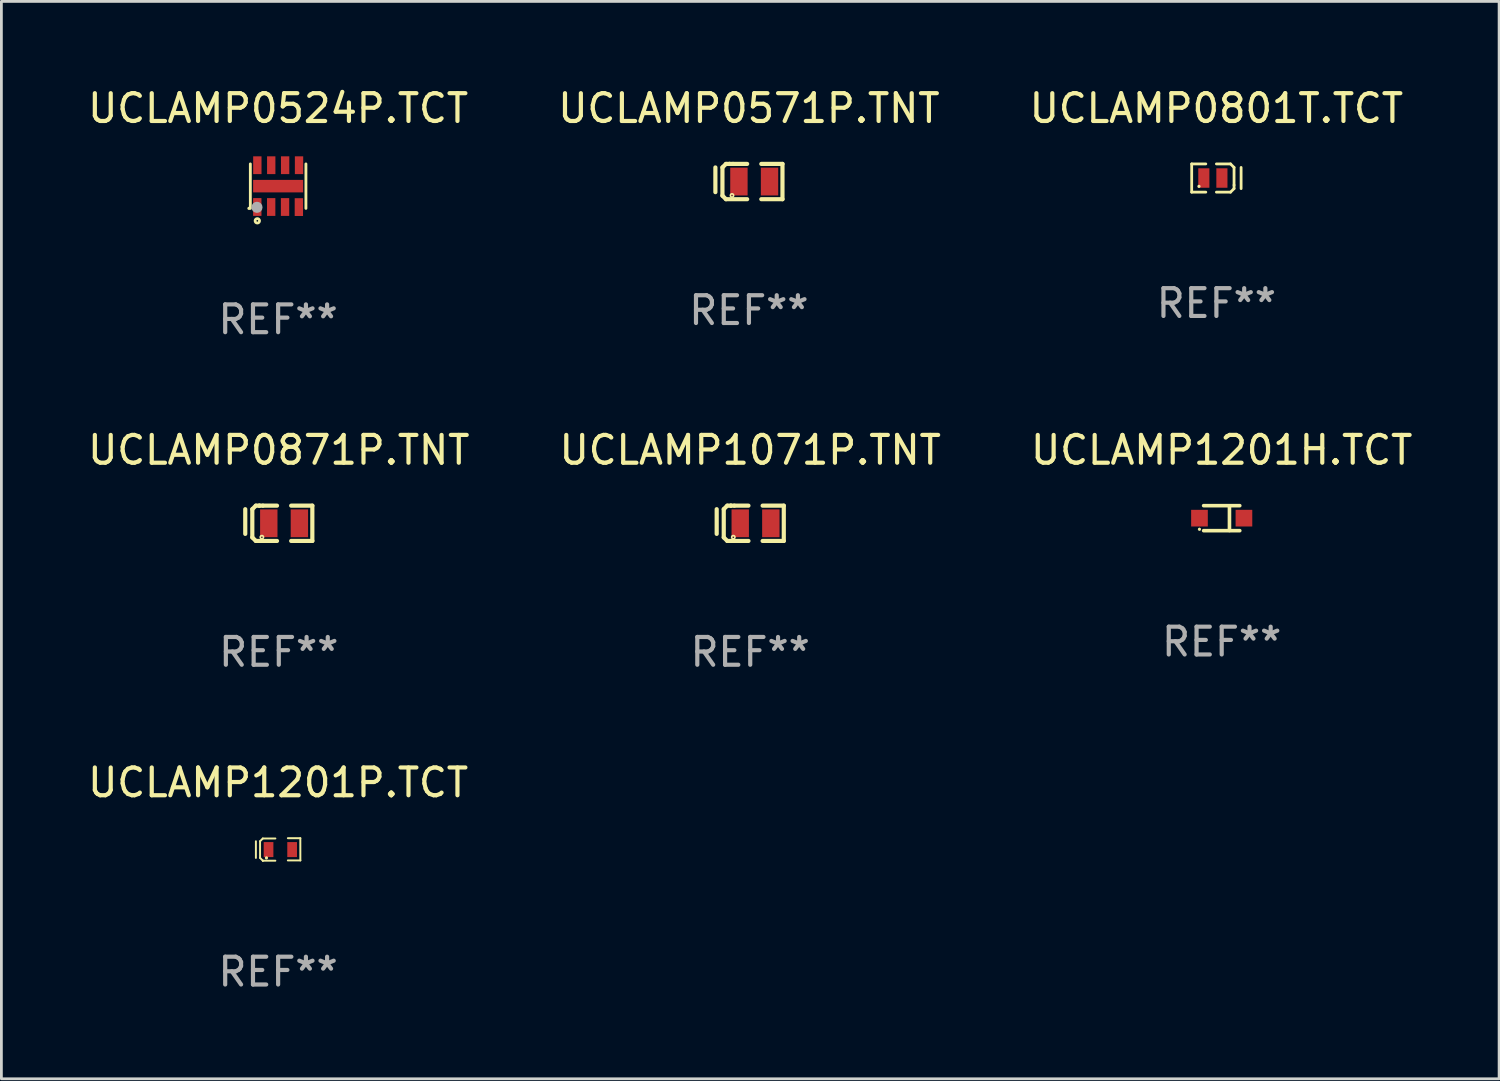
<source format=kicad_pcb>
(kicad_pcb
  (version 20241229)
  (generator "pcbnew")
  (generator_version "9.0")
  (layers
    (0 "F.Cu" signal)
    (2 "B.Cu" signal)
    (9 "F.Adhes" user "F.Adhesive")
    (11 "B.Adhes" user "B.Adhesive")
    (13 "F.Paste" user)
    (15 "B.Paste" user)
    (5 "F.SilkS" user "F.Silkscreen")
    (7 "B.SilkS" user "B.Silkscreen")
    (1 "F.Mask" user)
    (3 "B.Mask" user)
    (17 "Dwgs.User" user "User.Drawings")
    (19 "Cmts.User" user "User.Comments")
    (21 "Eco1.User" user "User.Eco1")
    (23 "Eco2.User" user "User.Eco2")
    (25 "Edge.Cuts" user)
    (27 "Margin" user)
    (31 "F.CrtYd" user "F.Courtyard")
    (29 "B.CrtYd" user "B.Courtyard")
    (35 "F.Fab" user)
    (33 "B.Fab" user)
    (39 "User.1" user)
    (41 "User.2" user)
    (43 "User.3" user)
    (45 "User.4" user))
  (footprint "UCLAMP0801T.TCT"
    (layer "F.Cu")
    (at 40.72 3.356)
    (property "Reference" "UCLAMP0801T.TCT" (at 0 -2.508 0) (layer "F.SilkS") (effects (font (size 1 1) (thickness 0.15))))
    (attr through_hole)
    (fp_line (start -0.889 -0.508) (end -0.889 0.508) (stroke (width 0.1) (type solid)) (layer "F.SilkS"))
    (fp_line (start -0.889 0.508) (end -0.381 0.508) (stroke (width 0.1) (type solid)) (layer "F.SilkS"))
    (fp_line (start -0.381 -0.508) (end -0.889 -0.508) (stroke (width 0.1) (type solid)) (layer "F.SilkS"))
    (fp_line (start 0 -0.508) (end 0.508 -0.508) (stroke (width 0.1) (type solid)) (layer "F.SilkS"))
    (fp_line (start 0.508 -0.508) (end 0.635 -0.381) (stroke (width 0.1) (type solid)) (layer "F.SilkS"))
    (fp_line (start 0.508 0.508) (end 0 0.508) (stroke (width 0.1) (type solid)) (layer "F.SilkS"))
    (fp_line (start 0.635 -0.381) (end 0.635 0.254) (stroke (width 0.1) (type solid)) (layer "F.SilkS"))
    (fp_line (start 0.635 0.254) (end 0.635 0.381) (stroke (width 0.1) (type solid)) (layer "F.SilkS"))
    (fp_line (start 0.635 0.381) (end 0.508 0.508) (stroke (width 0.1) (type solid)) (layer "F.SilkS"))
    (fp_line (start 0.889 -0.381) (end 0.889 0.381) (stroke (width 0.1) (type solid)) (layer "F.SilkS"))
    (fp_circle (center -0.627 0.3) (end -0.597 0.3) (stroke (width 0.06) (type solid)) (fill no) (layer "F.SilkS"))
    (fp_text user "REF**" (at 0 4.508 0) (layer "F.Fab") (effects (font (size 1 1) (thickness 0.15))))
    (pad "1" smd rect (at -0.452 0) (size 0.4 0.7) (layers "F.Cu" "F.Mask" "F.Paste"))
    (pad "2" smd rect (at 0.198 0) (size 0.4 0.7) (layers "F.Cu" "F.Mask" "F.Paste")))
  (footprint "UCLAMP1201H.TCT"
    (layer "F.Cu")
    (at 40.911 15.595)
    (property "Reference" "UCLAMP1201H.TCT" (at 0 -2.45 0) (layer "F.SilkS") (effects (font (size 1 1) (thickness 0.15))))
    (attr through_hole)
    (fp_line (start -0.65 -0.45) (end 0.65 -0.45) (stroke (width 0.13) (type solid)) (layer "F.SilkS"))
    (fp_line (start -0.65 0.45) (end 0.65 0.45) (stroke (width 0.13) (type solid)) (layer "F.SilkS"))
    (fp_line (start 0.279 -0.406) (end 0.279 0.444) (stroke (width 0.13) (type solid)) (layer "F.SilkS"))
    (fp_circle (center -0.8 0.4) (end -0.77 0.4) (stroke (width 0.06) (type solid)) (fill no) (layer "F.SilkS"))
    (fp_text user "REF**" (at 0 4.45 0) (layer "F.Fab") (effects (font (size 1 1) (thickness 0.15))))
    (pad "1" smd rect (at -0.8 0) (size 0.6 0.6) (layers "F.Cu" "F.Mask" "F.Paste"))
    (pad "2" smd rect (at 0.8 0 180) (size 0.6 0.6) (layers "F.Cu" "F.Mask" "F.Paste")))
  (footprint "UCLAMP1071P.TNT"
    (layer "F.Cu")
    (at 23.946 15.78)
    (property "Reference" "UCLAMP1071P.TNT" (at 0 -2.635 0) (layer "F.SilkS") (effects (font (size 1 1) (thickness 0.15))))
    (attr through_hole)
    (fp_line (start -1.207 -0.508) (end -1.207 0.381) (stroke (width 0.15) (type solid)) (layer "F.SilkS"))
    (fp_line (start -0.953 -0.508) (end -0.953 0.508) (stroke (width 0.15) (type solid)) (layer "F.SilkS"))
    (fp_line (start -0.953 0.508) (end -0.826 0.635) (stroke (width 0.15) (type solid)) (layer "F.SilkS"))
    (fp_line (start -0.826 -0.635) (end -0.953 -0.508) (stroke (width 0.15) (type solid)) (layer "F.SilkS"))
    (fp_line (start -0.826 0.635) (end -0.064 0.635) (stroke (width 0.15) (type solid)) (layer "F.SilkS"))
    (fp_line (start -0.699 -0.635) (end -0.826 -0.635) (stroke (width 0.15) (type solid)) (layer "F.SilkS"))
    (fp_line (start -0.699 -0.635) (end -0.699 -0.635) (stroke (width 0.15) (type solid)) (layer "F.SilkS"))
    (fp_line (start -0.572 -0.635) (end -0.699 -0.635) (stroke (width 0.15) (type solid)) (layer "F.SilkS"))
    (fp_line (start -0.064 -0.635) (end -0.572 -0.635) (stroke (width 0.15) (type solid)) (layer "F.SilkS"))
    (fp_line (start 0.445 -0.635) (end 1.207 -0.635) (stroke (width 0.15) (type solid)) (layer "F.SilkS"))
    (fp_line (start 1.207 -0.635) (end 1.207 0.635) (stroke (width 0.15) (type solid)) (layer "F.SilkS"))
    (fp_line (start 1.207 0.635) (end 0.445 0.635) (stroke (width 0.15) (type solid)) (layer "F.SilkS"))
    (fp_circle (center -0.609 0.5) (end -0.58 0.5) (stroke (width 0.06) (type solid)) (fill no) (layer "F.SilkS"))
    (fp_text user "REF**" (at 0 4.635 0) (layer "F.Fab") (effects (font (size 1 1) (thickness 0.15))))
    (pad "1" smd rect (at -0.36 0) (size 0.625 1) (layers "F.Cu" "F.Mask" "F.Paste"))
    (pad "2" smd rect (at 0.741 0) (size 0.625 1) (layers "F.Cu" "F.Mask" "F.Paste")))
  (footprint "UCLAMP0524P.TCT"
    (layer "F.Cu")
    (at 6.958 3.648)
    (property "Reference" "UCLAMP0524P.TCT" (at 0 -2.8 0) (layer "F.SilkS") (effects (font (size 1 1) (thickness 0.15))))
    (attr through_hole)
    (fp_line (start -1 0.8) (end -1 -0.8) (stroke (width 0.102) (type solid)) (layer "F.SilkS"))
    (fp_line (start 1 0.8) (end 1 -0.8) (stroke (width 0.102) (type solid)) (layer "F.SilkS"))
    (fp_circle (center -1.049 0.8) (end -1.019 0.8) (stroke (width 0.06) (type solid)) (fill no) (layer "F.SilkS"))
    (fp_circle (center -0.749 1.248) (end -0.669 1.248) (stroke (width 0.1) (type solid)) (fill no) (layer "F.SilkS"))
    (fp_circle (center -0.761 0.762) (end -0.661 0.762) (stroke (width 0.2) (type solid)) (fill no) (layer "F.Fab"))
    (fp_text user "REF**" (at 0 4.8 0) (layer "F.Fab") (effects (font (size 1 1) (thickness 0.15))))
    (pad "1" smd rect (at -0.75 0.75 180) (size 0.3 0.64) (layers "F.Cu" "F.Mask" "F.Paste"))
    (pad "2" smd rect (at -0.25 0.751 180) (size 0.3 0.64) (layers "F.Cu" "F.Mask" "F.Paste"))
    (pad "3" smd rect (at 0.249 0.751 180) (size 0.3 0.64) (layers "F.Cu" "F.Mask" "F.Paste"))
    (pad "4" smd rect (at 0.746 0.754 180) (size 0.3 0.64) (layers "F.Cu" "F.Mask" "F.Paste"))
    (pad "5" smd rect (at 0.752 -0.753) (size 0.3 0.64) (layers "F.Cu" "F.Mask" "F.Paste"))
    (pad "6" smd rect (at 0.252 -0.753) (size 0.3 0.64) (layers "F.Cu" "F.Mask" "F.Paste"))
    (pad "7" smd rect (at -0.248 -0.753) (size 0.3 0.64) (layers "F.Cu" "F.Mask" "F.Paste"))
    (pad "8" smd rect (at -0.748 -0.753) (size 0.3 0.64) (layers "F.Cu" "F.Mask" "F.Paste"))
    (pad "9" smd rect (at 0 0 270) (size 0.45 1.8) (layers "F.Cu" "F.Mask" "F.Paste")))
  (footprint "UCLAMP0571P.TNT"
    (layer "F.Cu")
    (at 23.899 3.483)
    (property "Reference" "UCLAMP0571P.TNT" (at 0 -2.635 0) (layer "F.SilkS") (effects (font (size 1 1) (thickness 0.15))))
    (attr through_hole)
    (fp_line (start -1.207 -0.508) (end -1.207 0.381) (stroke (width 0.15) (type solid)) (layer "F.SilkS"))
    (fp_line (start -0.953 -0.508) (end -0.953 0.508) (stroke (width 0.15) (type solid)) (layer "F.SilkS"))
    (fp_line (start -0.953 0.508) (end -0.826 0.635) (stroke (width 0.15) (type solid)) (layer "F.SilkS"))
    (fp_line (start -0.826 -0.635) (end -0.953 -0.508) (stroke (width 0.15) (type solid)) (layer "F.SilkS"))
    (fp_line (start -0.826 0.635) (end -0.064 0.635) (stroke (width 0.15) (type solid)) (layer "F.SilkS"))
    (fp_line (start -0.699 -0.635) (end -0.826 -0.635) (stroke (width 0.15) (type solid)) (layer "F.SilkS"))
    (fp_line (start -0.699 -0.635) (end -0.699 -0.635) (stroke (width 0.15) (type solid)) (layer "F.SilkS"))
    (fp_line (start -0.572 -0.635) (end -0.699 -0.635) (stroke (width 0.15) (type solid)) (layer "F.SilkS"))
    (fp_line (start -0.064 -0.635) (end -0.572 -0.635) (stroke (width 0.15) (type solid)) (layer "F.SilkS"))
    (fp_line (start 0.445 -0.635) (end 1.207 -0.635) (stroke (width 0.15) (type solid)) (layer "F.SilkS"))
    (fp_line (start 1.207 -0.635) (end 1.207 0.635) (stroke (width 0.15) (type solid)) (layer "F.SilkS"))
    (fp_line (start 1.207 0.635) (end 0.445 0.635) (stroke (width 0.15) (type solid)) (layer "F.SilkS"))
    (fp_circle (center -0.609 0.5) (end -0.58 0.5) (stroke (width 0.06) (type solid)) (fill no) (layer "F.SilkS"))
    (fp_text user "REF**" (at 0 4.635 0) (layer "F.Fab") (effects (font (size 1 1) (thickness 0.15))))
    (pad "1" smd rect (at -0.36 0) (size 0.625 1) (layers "F.Cu" "F.Mask" "F.Paste"))
    (pad "2" smd rect (at 0.741 0) (size 0.625 1) (layers "F.Cu" "F.Mask" "F.Paste")))
  (footprint "UCLAMP1201P.TCT"
    (layer "F.Cu")
    (at 6.958 27.516)
    (property "Reference" "UCLAMP1201P.TCT" (at 0 -2.405 0) (layer "F.SilkS") (effects (font (size 1 1) (thickness 0.15))))
    (attr through_hole)
    (fp_line (start -0.8 -0.295) (end -0.8 0.305) (stroke (width 0.07) (type solid)) (layer "F.SilkS"))
    (fp_line (start -0.65 -0.296) (end -0.65 0.304) (stroke (width 0.07) (type solid)) (layer "F.SilkS"))
    (fp_line (start -0.551 -0.395) (end -0.65 -0.296) (stroke (width 0.07) (type solid)) (layer "F.SilkS"))
    (fp_line (start -0.55 0.404) (end -0.65 0.304) (stroke (width 0.07) (type solid)) (layer "F.SilkS"))
    (fp_line (start -0.55 0.405) (end -0.55 0.404) (stroke (width 0.07) (type solid)) (layer "F.SilkS"))
    (fp_line (start -0.1 0.405) (end -0.55 0.405) (stroke (width 0.07) (type solid)) (layer "F.SilkS"))
    (fp_line (start -0.099 -0.395) (end -0.551 -0.395) (stroke (width 0.07) (type solid)) (layer "F.SilkS"))
    (fp_line (start 0.799 -0.405) (end 0.35 -0.405) (stroke (width 0.07) (type solid)) (layer "F.SilkS"))
    (fp_line (start 0.8 0.395) (end 0.35 0.395) (stroke (width 0.07) (type solid)) (layer "F.SilkS"))
    (fp_line (start 0.8 0.395) (end 0.799 -0.405) (stroke (width 0.07) (type solid)) (layer "F.SilkS"))
    (fp_circle (center -0.42 0.305) (end -0.39 0.305) (stroke (width 0.06) (type solid)) (fill no) (layer "F.SilkS"))
    (fp_text user "REF**" (at 0 4.405 0) (layer "F.Fab") (effects (font (size 1 1) (thickness 0.15))))
    (pad "1" smd rect (at -0.345 0.005 180) (size 0.349 0.54) (layers "F.Cu" "F.Mask" "F.Paste"))
    (pad "2" smd rect (at 0.504 0.005 180) (size 0.349 0.54) (layers "F.Cu" "F.Mask" "F.Paste")))
  (footprint "UCLAMP0871P.TNT"
    (layer "F.Cu")
    (at 6.982 15.78)
    (property "Reference" "UCLAMP0871P.TNT" (at 0 -2.635 0) (layer "F.SilkS") (effects (font (size 1 1) (thickness 0.15))))
    (attr through_hole)
    (fp_line (start -1.207 -0.508) (end -1.207 0.381) (stroke (width 0.15) (type solid)) (layer "F.SilkS"))
    (fp_line (start -0.953 -0.508) (end -0.953 0.508) (stroke (width 0.15) (type solid)) (layer "F.SilkS"))
    (fp_line (start -0.953 0.508) (end -0.826 0.635) (stroke (width 0.15) (type solid)) (layer "F.SilkS"))
    (fp_line (start -0.826 -0.635) (end -0.953 -0.508) (stroke (width 0.15) (type solid)) (layer "F.SilkS"))
    (fp_line (start -0.826 0.635) (end -0.064 0.635) (stroke (width 0.15) (type solid)) (layer "F.SilkS"))
    (fp_line (start -0.699 -0.635) (end -0.826 -0.635) (stroke (width 0.15) (type solid)) (layer "F.SilkS"))
    (fp_line (start -0.699 -0.635) (end -0.699 -0.635) (stroke (width 0.15) (type solid)) (layer "F.SilkS"))
    (fp_line (start -0.572 -0.635) (end -0.699 -0.635) (stroke (width 0.15) (type solid)) (layer "F.SilkS"))
    (fp_line (start -0.064 -0.635) (end -0.572 -0.635) (stroke (width 0.15) (type solid)) (layer "F.SilkS"))
    (fp_line (start 0.445 -0.635) (end 1.207 -0.635) (stroke (width 0.15) (type solid)) (layer "F.SilkS"))
    (fp_line (start 1.207 -0.635) (end 1.207 0.635) (stroke (width 0.15) (type solid)) (layer "F.SilkS"))
    (fp_line (start 1.207 0.635) (end 0.445 0.635) (stroke (width 0.15) (type solid)) (layer "F.SilkS"))
    (fp_circle (center -0.609 0.5) (end -0.58 0.5) (stroke (width 0.06) (type solid)) (fill no) (layer "F.SilkS"))
    (fp_text user "REF**" (at 0 4.635 0) (layer "F.Fab") (effects (font (size 1 1) (thickness 0.15))))
    (pad "1" smd rect (at -0.36 0) (size 0.625 1) (layers "F.Cu" "F.Mask" "F.Paste"))
    (pad "2" smd rect (at 0.741 0) (size 0.625 1) (layers "F.Cu" "F.Mask" "F.Paste")))
  (gr_rect
    (start -3 -3)
    (end 50.893 35.769)
    (stroke (width 0.1) (type default))
    (fill no)
    (layer "Edge.Cuts")))
</source>
